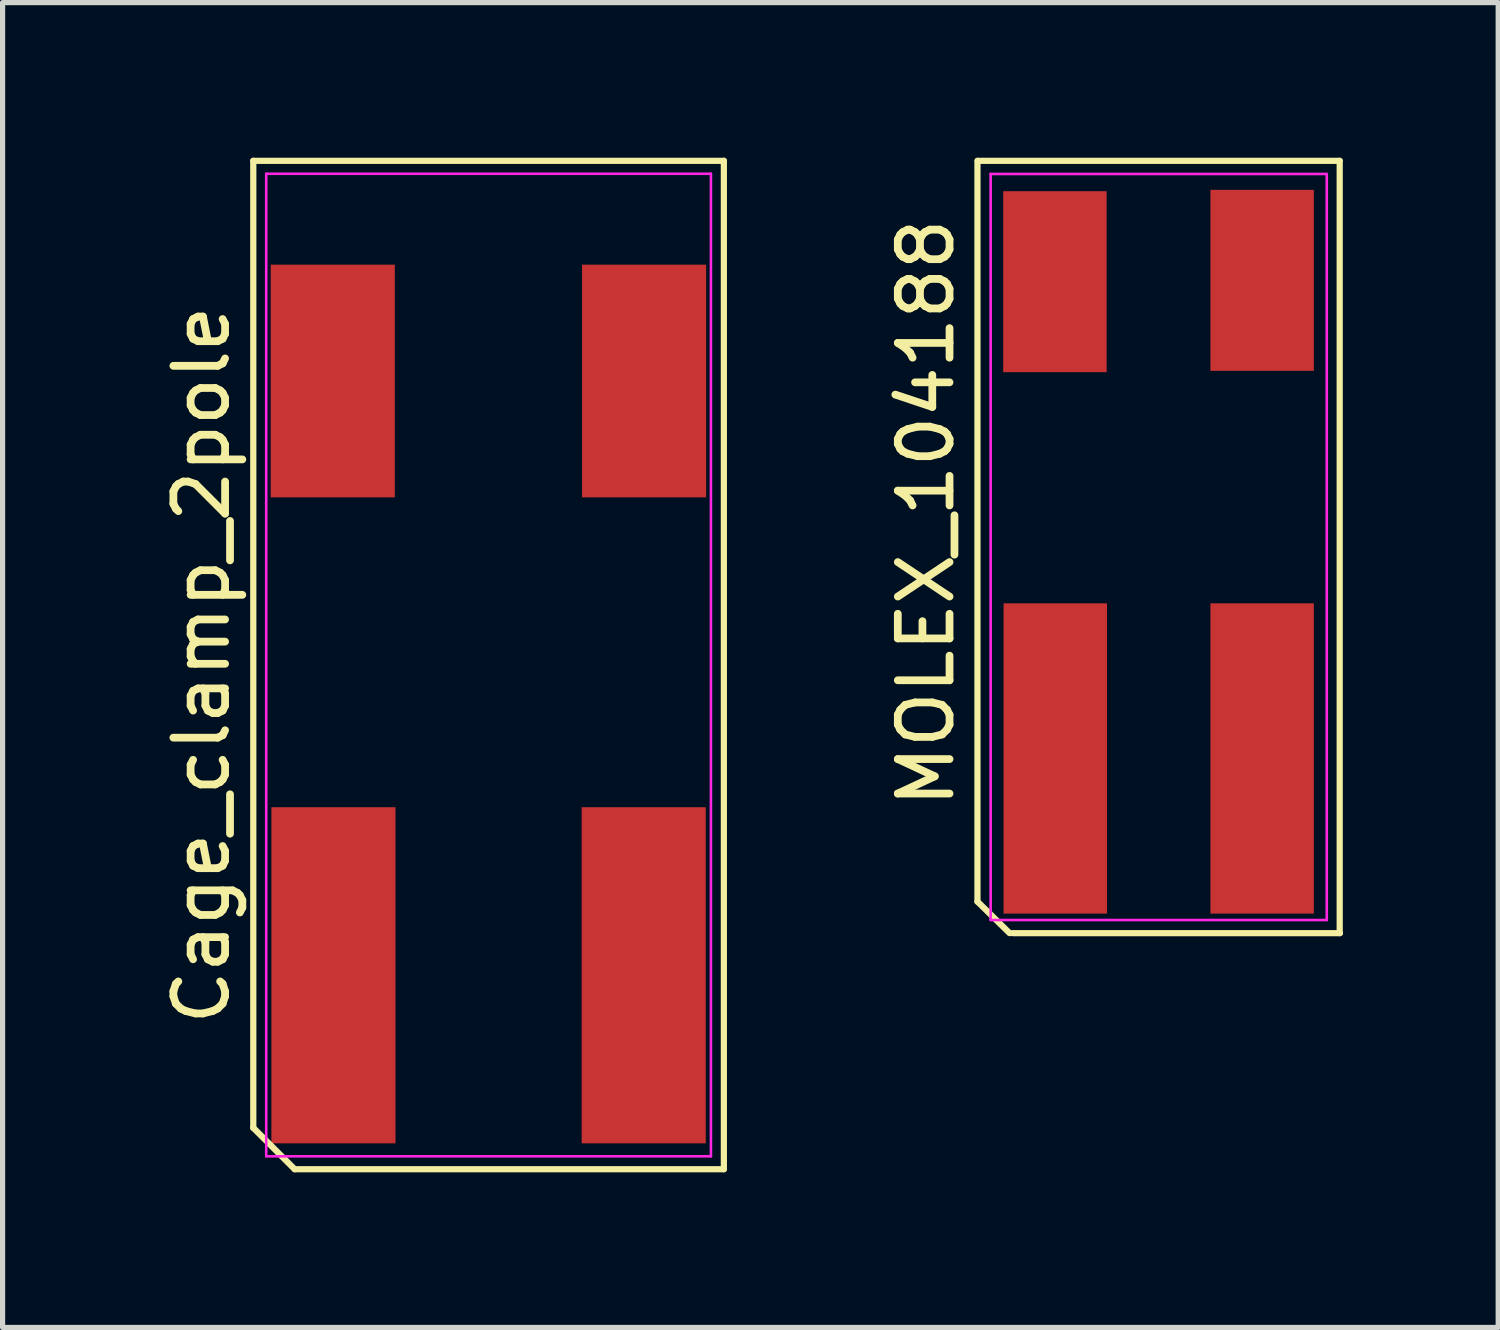
<source format=kicad_pcb>
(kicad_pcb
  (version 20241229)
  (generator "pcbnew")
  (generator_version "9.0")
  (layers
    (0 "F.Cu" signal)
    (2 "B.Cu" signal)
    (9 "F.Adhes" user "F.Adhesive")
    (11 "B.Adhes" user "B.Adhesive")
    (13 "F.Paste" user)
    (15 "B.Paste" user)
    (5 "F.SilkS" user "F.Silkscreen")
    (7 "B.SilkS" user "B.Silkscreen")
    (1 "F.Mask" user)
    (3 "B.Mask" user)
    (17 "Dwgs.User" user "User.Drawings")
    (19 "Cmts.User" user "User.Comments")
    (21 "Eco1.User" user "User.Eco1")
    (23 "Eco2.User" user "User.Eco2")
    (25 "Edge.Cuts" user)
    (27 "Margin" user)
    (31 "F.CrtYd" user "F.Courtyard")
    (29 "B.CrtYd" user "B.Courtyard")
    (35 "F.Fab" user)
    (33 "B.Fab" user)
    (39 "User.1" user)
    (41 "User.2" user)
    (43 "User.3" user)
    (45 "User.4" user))
  (footprint "MOLEX_104188"
    (layer "F.Cu")
    (at 19.357 6.867)
    (property "Reference" "MOLEX_104188" (at -4.5 0 90) (layer "F.SilkS") (effects (font (size 1 1) (thickness 0.15))))
    (attr smd)
    (fp_line (start -3.505 7.518) (end -3.505 -6.807) (stroke (width 0.12) (type solid)) (layer "F.SilkS"))
    (fp_line (start -3.5 -6.807) (end 3.5 -6.807) (stroke (width 0.12) (type solid)) (layer "F.SilkS"))
    (fp_line (start -2.883 8.128) (end -3.505 7.518) (stroke (width 0.12) (type solid)) (layer "F.SilkS"))
    (fp_line (start 3.5 -6.807) (end 3.5 8.128) (stroke (width 0.12) (type solid)) (layer "F.SilkS"))
    (fp_line (start 3.505 8.128) (end -2.823 8.128) (stroke (width 0.12) (type solid)) (layer "F.SilkS"))
    (fp_line (start -3.251 -6.553) (end 3.249 -6.553) (stroke (width 0.05) (type solid)) (layer "F.CrtYd"))
    (fp_line (start -3.25 7.874) (end -3.25 -6.553) (stroke (width 0.05) (type solid)) (layer "F.CrtYd"))
    (fp_line (start 3.25 -6.553) (end 3.25 7.874) (stroke (width 0.05) (type solid)) (layer "F.CrtYd"))
    (fp_line (start 3.25 7.874) (end -3.25 7.874) (stroke (width 0.05) (type solid)) (layer "F.CrtYd"))
    (pad "1" smd rect (at -2.007 -4.47) (size 2 3.5) (layers "F.Cu" "F.Mask" "F.Paste"))
    (pad "1" smd rect (at -2 4.75) (size 2 6) (layers "F.Cu" "F.Mask" "F.Paste"))
    (pad "2" smd rect (at 2 -4.496) (size 2 3.5) (layers "F.Cu" "F.Mask" "F.Paste"))
    (pad "2" smd rect (at 2 4.75) (size 2 6) (layers "F.Cu" "F.Mask" "F.Paste")))
  (footprint "Cage_clamp_2pole"
    (layer "F.Cu")
    (at 6.398 9.81)
    (property "Reference" "Cage_clamp_2pole" (at -5.55 0 90) (layer "F.SilkS") (effects (font (size 1 1) (thickness 0.15))))
    (attr smd)
    (fp_line (start -4.55 -9.75) (end 4.55 -9.75) (stroke (width 0.12) (type solid)) (layer "F.SilkS"))
    (fp_line (start -4.55 8.95) (end -4.55 -9.75) (stroke (width 0.12) (type solid)) (layer "F.SilkS"))
    (fp_line (start -3.75 9.75) (end -4.55 8.95) (stroke (width 0.12) (type solid)) (layer "F.SilkS"))
    (fp_line (start 4.55 -9.75) (end 4.55 9.75) (stroke (width 0.12) (type solid)) (layer "F.SilkS"))
    (fp_line (start 4.55 9.75) (end -3.75 9.75) (stroke (width 0.12) (type solid)) (layer "F.SilkS"))
    (fp_line (start -4.3 -9.5) (end 4.3 -9.5) (stroke (width 0.05) (type solid)) (layer "F.CrtYd"))
    (fp_line (start -4.3 9.5) (end -4.3 -9.5) (stroke (width 0.05) (type solid)) (layer "F.CrtYd"))
    (fp_line (start 4.3 -9.5) (end 4.3 9.5) (stroke (width 0.05) (type solid)) (layer "F.CrtYd"))
    (fp_line (start 4.3 9.5) (end -4.3 9.5) (stroke (width 0.05) (type solid)) (layer "F.CrtYd"))
    (pad "1" smd rect (at -3.013 -5.492) (size 2.4 4.5) (layers "F.Cu" "F.Mask" "F.Paste"))
    (pad "1" smd rect (at -3 6) (size 2.4 6.5) (layers "F.Cu" "F.Mask" "F.Paste"))
    (pad "2" smd rect (at 3 6) (size 2.4 6.5) (layers "F.Cu" "F.Mask" "F.Paste"))
    (pad "2" smd rect (at 3.007 -5.492) (size 2.4 4.5) (layers "F.Cu" "F.Mask" "F.Paste")))
  (gr_rect
    (start -3 -3)
    (end 25.922 22.62)
    (stroke (width 0.1) (type default))
    (fill no)
    (layer "Edge.Cuts")))
</source>
